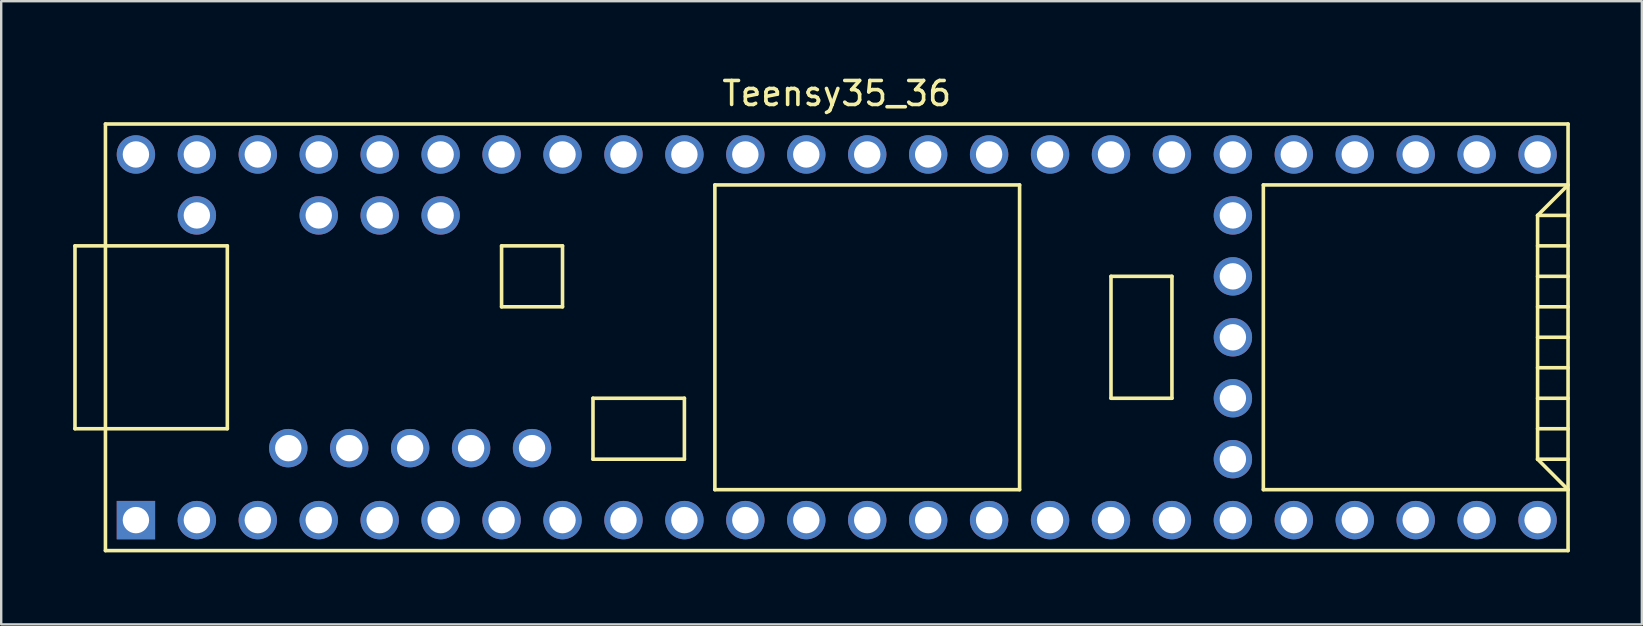
<source format=kicad_pcb>
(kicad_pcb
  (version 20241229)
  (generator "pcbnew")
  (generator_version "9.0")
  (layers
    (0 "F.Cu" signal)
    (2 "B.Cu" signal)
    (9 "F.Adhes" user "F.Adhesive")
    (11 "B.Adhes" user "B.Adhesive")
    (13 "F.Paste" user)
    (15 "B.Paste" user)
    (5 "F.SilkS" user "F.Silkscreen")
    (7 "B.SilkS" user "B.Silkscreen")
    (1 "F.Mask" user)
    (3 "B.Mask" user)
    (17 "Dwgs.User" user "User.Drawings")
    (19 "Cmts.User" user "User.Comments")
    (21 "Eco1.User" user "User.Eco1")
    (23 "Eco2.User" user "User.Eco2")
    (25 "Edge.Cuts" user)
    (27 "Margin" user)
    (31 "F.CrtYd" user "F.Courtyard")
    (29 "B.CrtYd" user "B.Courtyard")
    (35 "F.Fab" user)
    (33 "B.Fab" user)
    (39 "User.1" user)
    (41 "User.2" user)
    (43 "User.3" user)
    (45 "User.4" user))
  (footprint "Teensy35_36"
    (layer "F.Cu")
    (at 31.825 11.008)
    (property "Reference" "Teensy35_36" (at 0 -10.16 0) (layer "F.SilkS") (effects (font (size 1 1) (thickness 0.15))))
    (attr through_hole)
    (fp_line (start -31.75 -3.81) (end -30.48 -3.81) (stroke (width 0.15) (type solid)) (layer "F.SilkS"))
    (fp_line (start -31.75 3.81) (end -31.75 -3.81) (stroke (width 0.15) (type solid)) (layer "F.SilkS"))
    (fp_line (start -30.48 3.81) (end -31.75 3.81) (stroke (width 0.15) (type solid)) (layer "F.SilkS"))
    (fp_line (start -30.48 8.89) (end -30.48 -8.89) (stroke (width 0.15) (type solid)) (layer "F.SilkS"))
    (fp_line (start -30.48 8.89) (end 30.48 8.89) (stroke (width 0.15) (type solid)) (layer "F.SilkS"))
    (fp_line (start -25.4 -3.81) (end -30.48 -3.81) (stroke (width 0.15) (type solid)) (layer "F.SilkS"))
    (fp_line (start -25.4 3.81) (end -30.48 3.81) (stroke (width 0.15) (type solid)) (layer "F.SilkS"))
    (fp_line (start -25.4 3.81) (end -25.4 -3.81) (stroke (width 0.15) (type solid)) (layer "F.SilkS"))
    (fp_line (start -13.97 -3.81) (end -13.97 -1.27) (stroke (width 0.15) (type solid)) (layer "F.SilkS"))
    (fp_line (start -13.97 -1.27) (end -11.43 -1.27) (stroke (width 0.15) (type solid)) (layer "F.SilkS"))
    (fp_line (start -11.43 -3.81) (end -13.97 -3.81) (stroke (width 0.15) (type solid)) (layer "F.SilkS"))
    (fp_line (start -11.43 -1.27) (end -11.43 -3.81) (stroke (width 0.15) (type solid)) (layer "F.SilkS"))
    (fp_line (start -10.16 2.54) (end -6.35 2.54) (stroke (width 0.15) (type solid)) (layer "F.SilkS"))
    (fp_line (start -10.16 5.08) (end -10.16 2.54) (stroke (width 0.15) (type solid)) (layer "F.SilkS"))
    (fp_line (start -6.35 2.54) (end -6.35 5.08) (stroke (width 0.15) (type solid)) (layer "F.SilkS"))
    (fp_line (start -6.35 5.08) (end -10.16 5.08) (stroke (width 0.15) (type solid)) (layer "F.SilkS"))
    (fp_line (start -5.08 -6.35) (end -5.08 6.35) (stroke (width 0.15) (type solid)) (layer "F.SilkS"))
    (fp_line (start -5.08 -6.35) (end 7.62 -6.35) (stroke (width 0.15) (type solid)) (layer "F.SilkS"))
    (fp_line (start -5.08 6.35) (end 7.62 6.35) (stroke (width 0.15) (type solid)) (layer "F.SilkS"))
    (fp_line (start 7.62 6.35) (end 7.62 -6.35) (stroke (width 0.15) (type solid)) (layer "F.SilkS"))
    (fp_line (start 11.43 -2.54) (end 13.97 -2.54) (stroke (width 0.15) (type solid)) (layer "F.SilkS"))
    (fp_line (start 11.43 2.54) (end 11.43 -2.54) (stroke (width 0.15) (type solid)) (layer "F.SilkS"))
    (fp_line (start 13.97 -2.54) (end 13.97 2.54) (stroke (width 0.15) (type solid)) (layer "F.SilkS"))
    (fp_line (start 13.97 2.54) (end 11.43 2.54) (stroke (width 0.15) (type solid)) (layer "F.SilkS"))
    (fp_line (start 17.78 -6.35) (end 17.78 6.35) (stroke (width 0.15) (type solid)) (layer "F.SilkS"))
    (fp_line (start 17.78 6.35) (end 30.48 6.35) (stroke (width 0.15) (type solid)) (layer "F.SilkS"))
    (fp_line (start 29.21 -5.08) (end 30.48 -6.35) (stroke (width 0.15) (type solid)) (layer "F.SilkS"))
    (fp_line (start 29.21 -5.08) (end 30.48 -5.08) (stroke (width 0.15) (type solid)) (layer "F.SilkS"))
    (fp_line (start 29.21 -3.81) (end 30.48 -3.81) (stroke (width 0.15) (type solid)) (layer "F.SilkS"))
    (fp_line (start 29.21 -2.54) (end 30.48 -2.54) (stroke (width 0.15) (type solid)) (layer "F.SilkS"))
    (fp_line (start 29.21 -1.27) (end 30.48 -1.27) (stroke (width 0.15) (type solid)) (layer "F.SilkS"))
    (fp_line (start 29.21 0) (end 30.48 0) (stroke (width 0.15) (type solid)) (layer "F.SilkS"))
    (fp_line (start 29.21 1.27) (end 30.48 1.27) (stroke (width 0.15) (type solid)) (layer "F.SilkS"))
    (fp_line (start 29.21 2.54) (end 30.48 2.54) (stroke (width 0.15) (type solid)) (layer "F.SilkS"))
    (fp_line (start 29.21 3.81) (end 30.48 3.81) (stroke (width 0.15) (type solid)) (layer "F.SilkS"))
    (fp_line (start 29.21 5.08) (end 29.21 -5.08) (stroke (width 0.15) (type solid)) (layer "F.SilkS"))
    (fp_line (start 29.21 5.08) (end 30.48 5.08) (stroke (width 0.15) (type solid)) (layer "F.SilkS"))
    (fp_line (start 30.48 -8.89) (end -30.48 -8.89) (stroke (width 0.15) (type solid)) (layer "F.SilkS"))
    (fp_line (start 30.48 -8.89) (end 30.48 8.89) (stroke (width 0.15) (type solid)) (layer "F.SilkS"))
    (fp_line (start 30.48 -6.35) (end 17.78 -6.35) (stroke (width 0.15) (type solid)) (layer "F.SilkS"))
    (fp_line (start 30.48 6.35) (end 29.21 5.08) (stroke (width 0.15) (type solid)) (layer "F.SilkS"))
    (pad "1" thru_hole rect (at -29.21 7.62) (size 1.6 1.6) (drill 1.1) (layers "*.Cu" "*.Mask"))
    (pad "2" thru_hole circle (at -26.67 7.62) (size 1.6 1.6) (drill 1.1) (layers "*.Cu" "*.Mask"))
    (pad "3" thru_hole circle (at -24.13 7.62) (size 1.6 1.6) (drill 1.1) (layers "*.Cu" "*.Mask"))
    (pad "4" thru_hole circle (at -21.59 7.62) (size 1.6 1.6) (drill 1.1) (layers "*.Cu" "*.Mask"))
    (pad "5" thru_hole circle (at -19.05 7.62) (size 1.6 1.6) (drill 1.1) (layers "*.Cu" "*.Mask"))
    (pad "6" thru_hole circle (at -16.51 7.62) (size 1.6 1.6) (drill 1.1) (layers "*.Cu" "*.Mask"))
    (pad "7" thru_hole circle (at -13.97 7.62) (size 1.6 1.6) (drill 1.1) (layers "*.Cu" "*.Mask"))
    (pad "8" thru_hole circle (at -11.43 7.62) (size 1.6 1.6) (drill 1.1) (layers "*.Cu" "*.Mask"))
    (pad "9" thru_hole circle (at -8.89 7.62) (size 1.6 1.6) (drill 1.1) (layers "*.Cu" "*.Mask"))
    (pad "10" thru_hole circle (at -6.35 7.62) (size 1.6 1.6) (drill 1.1) (layers "*.Cu" "*.Mask"))
    (pad "11" thru_hole circle (at -3.81 7.62) (size 1.6 1.6) (drill 1.1) (layers "*.Cu" "*.Mask"))
    (pad "12" thru_hole circle (at -1.27 7.62) (size 1.6 1.6) (drill 1.1) (layers "*.Cu" "*.Mask"))
    (pad "13" thru_hole circle (at 1.27 7.62) (size 1.6 1.6) (drill 1.1) (layers "*.Cu" "*.Mask"))
    (pad "14" thru_hole circle (at 3.81 7.62) (size 1.6 1.6) (drill 1.1) (layers "*.Cu" "*.Mask"))
    (pad "15" thru_hole circle (at 6.35 7.62) (size 1.6 1.6) (drill 1.1) (layers "*.Cu" "*.Mask"))
    (pad "16" thru_hole circle (at 8.89 7.62) (size 1.6 1.6) (drill 1.1) (layers "*.Cu" "*.Mask"))
    (pad "17" thru_hole circle (at 11.43 7.62) (size 1.6 1.6) (drill 1.1) (layers "*.Cu" "*.Mask"))
    (pad "18" thru_hole circle (at 13.97 7.62) (size 1.6 1.6) (drill 1.1) (layers "*.Cu" "*.Mask"))
    (pad "19" thru_hole circle (at 16.51 7.62) (size 1.6 1.6) (drill 1.1) (layers "*.Cu" "*.Mask"))
    (pad "20" thru_hole circle (at 19.05 7.62) (size 1.6 1.6) (drill 1.1) (layers "*.Cu" "*.Mask"))
    (pad "21" thru_hole circle (at 21.59 7.62) (size 1.6 1.6) (drill 1.1) (layers "*.Cu" "*.Mask"))
    (pad "22" thru_hole circle (at 24.13 7.62) (size 1.6 1.6) (drill 1.1) (layers "*.Cu" "*.Mask"))
    (pad "23" thru_hole circle (at 26.67 7.62) (size 1.6 1.6) (drill 1.1) (layers "*.Cu" "*.Mask"))
    (pad "24" thru_hole circle (at 29.21 7.62) (size 1.6 1.6) (drill 1.1) (layers "*.Cu" "*.Mask"))
    (pad "25" thru_hole circle (at 16.51 5.08) (size 1.6 1.6) (drill 1.1) (layers "*.Cu" "*.Mask"))
    (pad "26" thru_hole circle (at 16.51 2.54) (size 1.6 1.6) (drill 1.1) (layers "*.Cu" "*.Mask"))
    (pad "27" thru_hole circle (at 16.51 0) (size 1.6 1.6) (drill 1.1) (layers "*.Cu" "*.Mask"))
    (pad "28" thru_hole circle (at 16.51 -2.54) (size 1.6 1.6) (drill 1.1) (layers "*.Cu" "*.Mask"))
    (pad "29" thru_hole circle (at 16.51 -5.08) (size 1.6 1.6) (drill 1.1) (layers "*.Cu" "*.Mask"))
    (pad "30" thru_hole circle (at 29.21 -7.62) (size 1.6 1.6) (drill 1.1) (layers "*.Cu" "*.Mask"))
    (pad "31" thru_hole circle (at 26.67 -7.62) (size 1.6 1.6) (drill 1.1) (layers "*.Cu" "*.Mask"))
    (pad "32" thru_hole circle (at 24.13 -7.62) (size 1.6 1.6) (drill 1.1) (layers "*.Cu" "*.Mask"))
    (pad "33" thru_hole circle (at 21.59 -7.62) (size 1.6 1.6) (drill 1.1) (layers "*.Cu" "*.Mask"))
    (pad "34" thru_hole circle (at 19.05 -7.62) (size 1.6 1.6) (drill 1.1) (layers "*.Cu" "*.Mask"))
    (pad "35" thru_hole circle (at 16.51 -7.62) (size 1.6 1.6) (drill 1.1) (layers "*.Cu" "*.Mask"))
    (pad "36" thru_hole circle (at 13.97 -7.62) (size 1.6 1.6) (drill 1.1) (layers "*.Cu" "*.Mask"))
    (pad "37" thru_hole circle (at 11.43 -7.62) (size 1.6 1.6) (drill 1.1) (layers "*.Cu" "*.Mask"))
    (pad "38" thru_hole circle (at 8.89 -7.62) (size 1.6 1.6) (drill 1.1) (layers "*.Cu" "*.Mask"))
    (pad "39" thru_hole circle (at 6.35 -7.62) (size 1.6 1.6) (drill 1.1) (layers "*.Cu" "*.Mask"))
    (pad "40" thru_hole circle (at 3.81 -7.62) (size 1.6 1.6) (drill 1.1) (layers "*.Cu" "*.Mask"))
    (pad "41" thru_hole circle (at 1.27 -7.62) (size 1.6 1.6) (drill 1.1) (layers "*.Cu" "*.Mask"))
    (pad "42" thru_hole circle (at -1.27 -7.62) (size 1.6 1.6) (drill 1.1) (layers "*.Cu" "*.Mask"))
    (pad "43" thru_hole circle (at -3.81 -7.62) (size 1.6 1.6) (drill 1.1) (layers "*.Cu" "*.Mask"))
    (pad "44" thru_hole circle (at -6.35 -7.62) (size 1.6 1.6) (drill 1.1) (layers "*.Cu" "*.Mask"))
    (pad "45" thru_hole circle (at -8.89 -7.62) (size 1.6 1.6) (drill 1.1) (layers "*.Cu" "*.Mask"))
    (pad "46" thru_hole circle (at -11.43 -7.62) (size 1.6 1.6) (drill 1.1) (layers "*.Cu" "*.Mask"))
    (pad "47" thru_hole circle (at -13.97 -7.62) (size 1.6 1.6) (drill 1.1) (layers "*.Cu" "*.Mask"))
    (pad "48" thru_hole circle (at -16.51 -7.62) (size 1.6 1.6) (drill 1.1) (layers "*.Cu" "*.Mask"))
    (pad "49" thru_hole circle (at -19.05 -7.62) (size 1.6 1.6) (drill 1.1) (layers "*.Cu" "*.Mask"))
    (pad "50" thru_hole circle (at -21.59 -7.62) (size 1.6 1.6) (drill 1.1) (layers "*.Cu" "*.Mask"))
    (pad "51" thru_hole circle (at -24.13 -7.62) (size 1.6 1.6) (drill 1.1) (layers "*.Cu" "*.Mask"))
    (pad "52" thru_hole circle (at -26.67 -7.62) (size 1.6 1.6) (drill 1.1) (layers "*.Cu" "*.Mask"))
    (pad "53" thru_hole circle (at -29.21 -7.62) (size 1.6 1.6) (drill 1.1) (layers "*.Cu" "*.Mask"))
    (pad "54" thru_hole circle (at -26.67 -5.08) (size 1.6 1.6) (drill 1.1) (layers "*.Cu" "*.Mask"))
    (pad "55" thru_hole circle (at -21.59 -5.08) (size 1.6 1.6) (drill 1.1) (layers "*.Cu" "*.Mask"))
    (pad "56" thru_hole circle (at -19.05 -5.08) (size 1.6 1.6) (drill 1.1) (layers "*.Cu" "*.Mask"))
    (pad "57" thru_hole circle (at -16.51 -5.08) (size 1.6 1.6) (drill 1.1) (layers "*.Cu" "*.Mask"))
    (pad "58" thru_hole circle (at -22.86 4.62) (size 1.6 1.6) (drill 1.1) (layers "*.Cu" "*.Mask"))
    (pad "59" thru_hole circle (at -20.32 4.62) (size 1.6 1.6) (drill 1.1) (layers "*.Cu" "*.Mask"))
    (pad "60" thru_hole circle (at -17.78 4.62) (size 1.6 1.6) (drill 1.1) (layers "*.Cu" "*.Mask"))
    (pad "61" thru_hole circle (at -15.24 4.62) (size 1.6 1.6) (drill 1.1) (layers "*.Cu" "*.Mask"))
    (pad "62" thru_hole circle (at -12.7 4.62) (size 1.6 1.6) (drill 1.1) (layers "*.Cu" "*.Mask")))
  (gr_rect
    (start -3 -3)
    (end 65.38 22.973)
    (stroke (width 0.1) (type default))
    (fill no)
    (layer "Edge.Cuts")))
</source>
